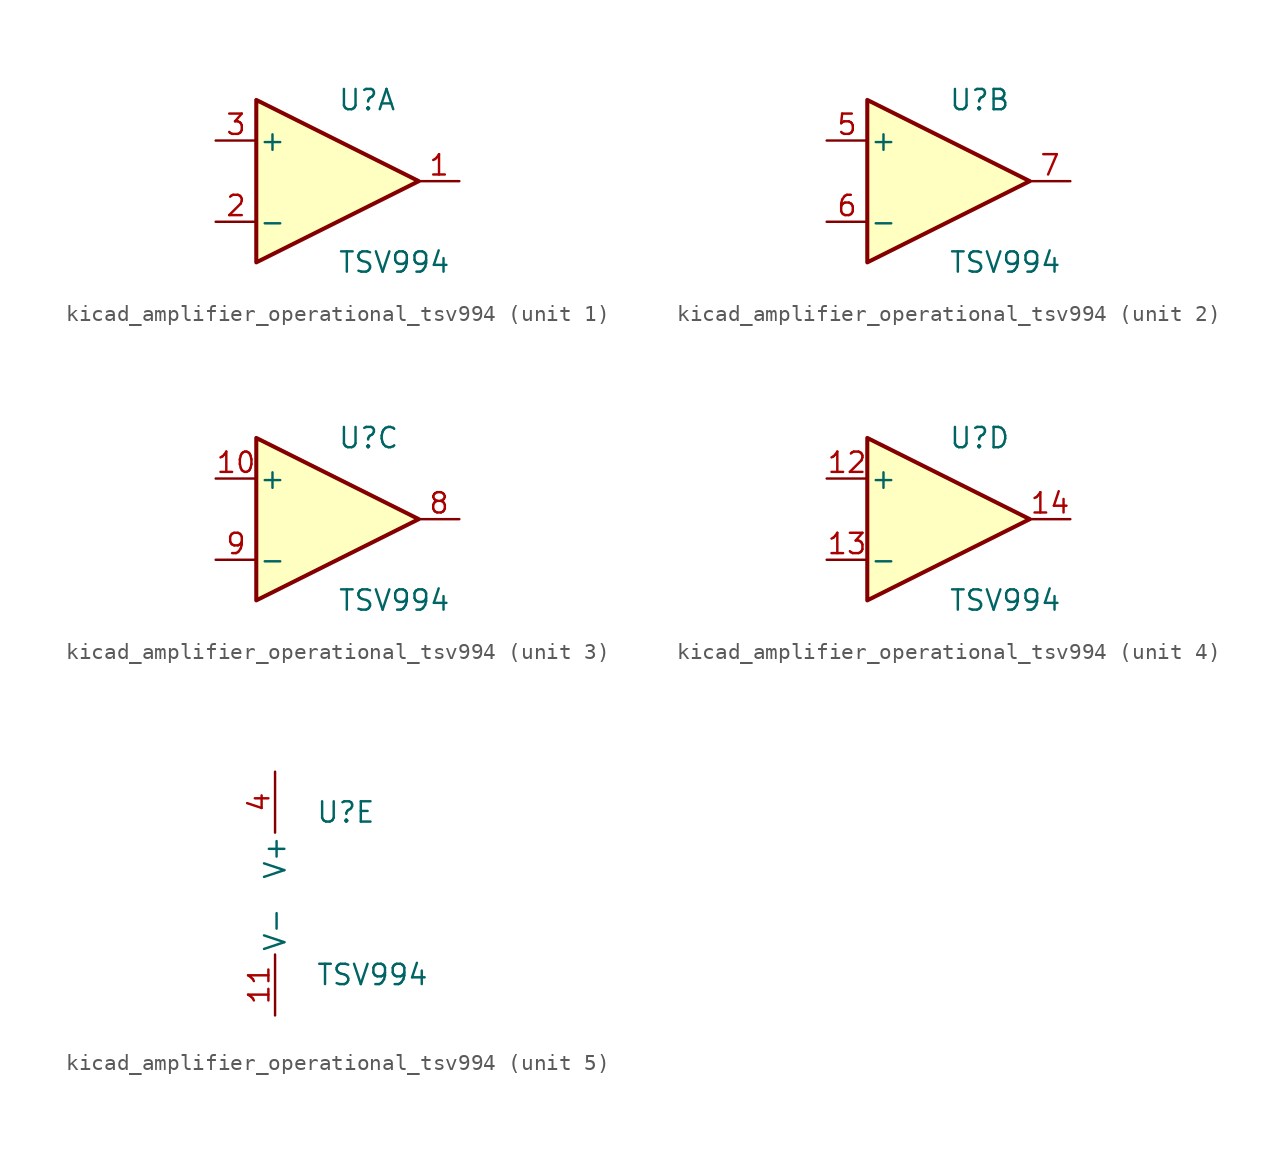
<source format=kicad_sym>
(kicad_symbol_lib
  (version 20220914)
  (generator kicad_symbol_editor)
  (symbol "kicad_amplifier_operational_tsv994"
    (pin_names
      (offset 0.127))
    (property "Reference" "U"
      (at 0 5.08 0)
      (effects (font (size 1.27 1.27)) (justify left)))
    (property "Value" "TSV994"
      (at 0 -5.08 0)
      (effects (font (size 1.27 1.27)) (justify left)))
    (property "ki_locked" ""
      (at 0 0 0)
      (effects (font (size 1.27 1.27))))
    (symbol "kicad_amplifier_operational_tsv994_1_1"
      (polyline (pts (xy -5.08 5.08) (xy 5.08 0) (xy -5.08 -5.08) (xy -5.08 5.08)) (stroke (width 0.254) (type default)) (fill (type background)))
      (pin output line (at 7.62 0 180) (length 2.54) (name "~" (effects (font (size 1.27 1.27)))) (number "1" (effects (font (size 1.27 1.27)))))
      (pin input line (at -7.62 -2.54 0) (length 2.54) (name "-" (effects (font (size 1.27 1.27)))) (number "2" (effects (font (size 1.27 1.27)))))
      (pin input line (at -7.62 2.54 0) (length 2.54) (name "+" (effects (font (size 1.27 1.27)))) (number "3" (effects (font (size 1.27 1.27))))))
    (symbol "kicad_amplifier_operational_tsv994_2_1"
      (polyline (pts (xy -5.08 5.08) (xy 5.08 0) (xy -5.08 -5.08) (xy -5.08 5.08)) (stroke (width 0.254) (type default)) (fill (type background)))
      (pin input line (at -7.62 2.54 0) (length 2.54) (name "+" (effects (font (size 1.27 1.27)))) (number "5" (effects (font (size 1.27 1.27)))))
      (pin input line (at -7.62 -2.54 0) (length 2.54) (name "-" (effects (font (size 1.27 1.27)))) (number "6" (effects (font (size 1.27 1.27)))))
      (pin output line (at 7.62 0 180) (length 2.54) (name "~" (effects (font (size 1.27 1.27)))) (number "7" (effects (font (size 1.27 1.27))))))
    (symbol "kicad_amplifier_operational_tsv994_3_1"
      (polyline (pts (xy -5.08 5.08) (xy 5.08 0) (xy -5.08 -5.08) (xy -5.08 5.08)) (stroke (width 0.254) (type default)) (fill (type background)))
      (pin input line (at -7.62 2.54 0) (length 2.54) (name "+" (effects (font (size 1.27 1.27)))) (number "10" (effects (font (size 1.27 1.27)))))
      (pin output line (at 7.62 0 180) (length 2.54) (name "~" (effects (font (size 1.27 1.27)))) (number "8" (effects (font (size 1.27 1.27)))))
      (pin input line (at -7.62 -2.54 0) (length 2.54) (name "-" (effects (font (size 1.27 1.27)))) (number "9" (effects (font (size 1.27 1.27))))))
    (symbol "kicad_amplifier_operational_tsv994_4_1"
      (polyline (pts (xy -5.08 5.08) (xy 5.08 0) (xy -5.08 -5.08) (xy -5.08 5.08)) (stroke (width 0.254) (type default)) (fill (type background)))
      (pin input line (at -7.62 2.54 0) (length 2.54) (name "+" (effects (font (size 1.27 1.27)))) (number "12" (effects (font (size 1.27 1.27)))))
      (pin input line (at -7.62 -2.54 0) (length 2.54) (name "-" (effects (font (size 1.27 1.27)))) (number "13" (effects (font (size 1.27 1.27)))))
      (pin output line (at 7.62 0 180) (length 2.54) (name "~" (effects (font (size 1.27 1.27)))) (number "14" (effects (font (size 1.27 1.27))))))
    (symbol "kicad_amplifier_operational_tsv994_5_1"
      (pin power_in line (at -2.54 -7.62 90) (length 3.81) (name "V-" (effects (font (size 1.27 1.27)))) (number "11" (effects (font (size 1.27 1.27)))))
      (pin power_in line (at -2.54 7.62 270) (length 3.81) (name "V+" (effects (font (size 1.27 1.27)))) (number "4" (effects (font (size 1.27 1.27))))))))
</source>
